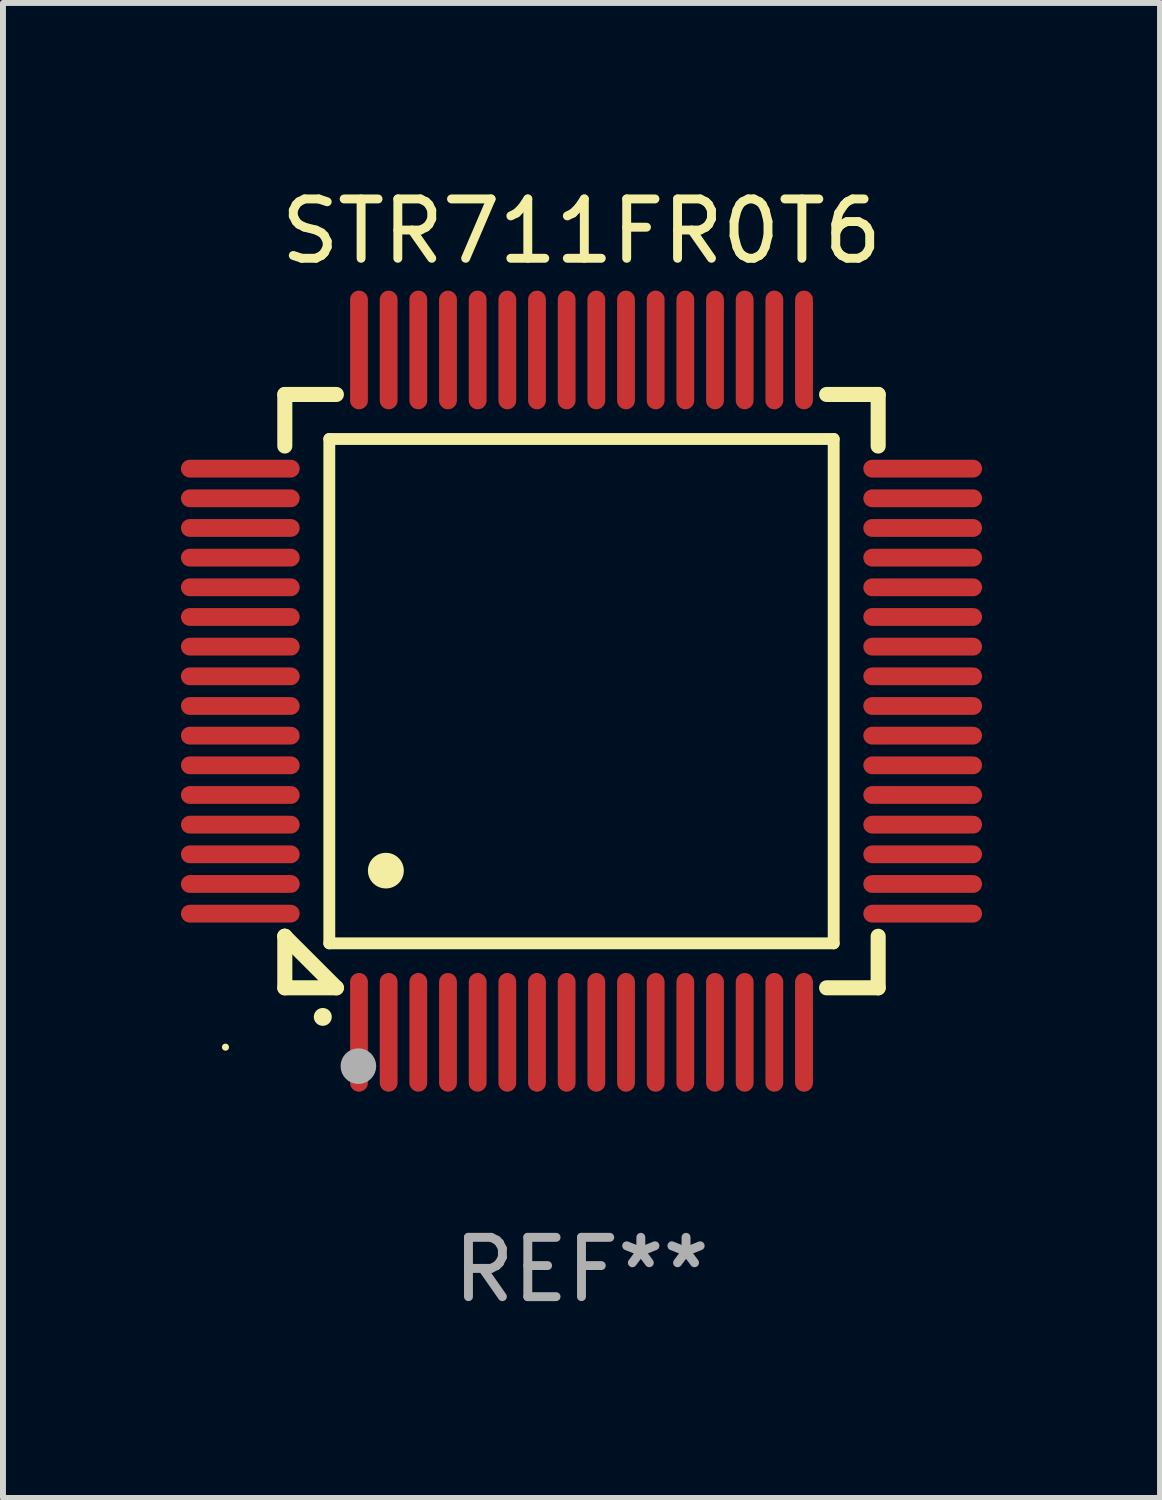
<source format=kicad_pcb>
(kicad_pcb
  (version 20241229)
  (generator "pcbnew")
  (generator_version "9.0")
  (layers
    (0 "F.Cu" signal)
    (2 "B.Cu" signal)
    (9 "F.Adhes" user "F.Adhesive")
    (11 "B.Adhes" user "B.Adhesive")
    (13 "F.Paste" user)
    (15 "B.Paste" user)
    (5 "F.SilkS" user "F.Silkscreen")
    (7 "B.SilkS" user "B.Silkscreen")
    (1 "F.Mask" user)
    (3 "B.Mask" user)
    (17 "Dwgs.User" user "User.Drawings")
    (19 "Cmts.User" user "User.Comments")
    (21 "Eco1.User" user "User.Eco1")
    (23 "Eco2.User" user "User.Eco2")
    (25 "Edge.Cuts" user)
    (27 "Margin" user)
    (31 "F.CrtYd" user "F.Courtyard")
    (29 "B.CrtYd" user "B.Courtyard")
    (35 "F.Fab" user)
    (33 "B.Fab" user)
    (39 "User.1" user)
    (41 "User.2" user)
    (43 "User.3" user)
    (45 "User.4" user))
  (footprint "STR711FR0T6"
    (layer "F.Cu")
    (at 6.75 8.598)
    (property "Reference" "STR711FR0T6" (at 0 -7.75 0) (layer "F.SilkS") (effects (font (size 1 1) (thickness 0.15))))
    (attr through_hole)
    (fp_line (start -5 -5) (end -4.131 -5) (stroke (width 0.254) (type solid)) (layer "F.SilkS"))
    (fp_line (start -5 -4.131) (end -5 -5) (stroke (width 0.254) (type solid)) (layer "F.SilkS"))
    (fp_line (start -5 4.131) (end -5 4.131) (stroke (width 0.254) (type solid)) (layer "F.SilkS"))
    (fp_line (start -5 5) (end -5 4.131) (stroke (width 0.254) (type solid)) (layer "F.SilkS"))
    (fp_line (start -5 4.131) (end -4.131 5) (stroke (width 0.254) (type solid)) (layer "F.SilkS"))
    (fp_line (start -4.25 -4.25) (end -4.25 4.25) (stroke (width 0.2) (type solid)) (layer "F.SilkS"))
    (fp_line (start -4.25 4.25) (end 4.25 4.25) (stroke (width 0.2) (type solid)) (layer "F.SilkS"))
    (fp_line (start -4.131 5) (end -5 5) (stroke (width 0.254) (type solid)) (layer "F.SilkS"))
    (fp_line (start 4.25 -4.25) (end -4.25 -4.25) (stroke (width 0.2) (type solid)) (layer "F.SilkS"))
    (fp_line (start 4.25 4.25) (end 4.25 -4.25) (stroke (width 0.2) (type solid)) (layer "F.SilkS"))
    (fp_line (start 5 -5) (end 4.131 -5) (stroke (width 0.254) (type solid)) (layer "F.SilkS"))
    (fp_line (start 5 -5) (end 5 -4.131) (stroke (width 0.254) (type solid)) (layer "F.SilkS"))
    (fp_line (start 5 4.131) (end 5 5) (stroke (width 0.254) (type solid)) (layer "F.SilkS"))
    (fp_line (start 5 5) (end 4.131 5) (stroke (width 0.254) (type solid)) (layer "F.SilkS"))
    (fp_arc (start -4.361265 5.489992) (mid -4.359995 5.489987) (end -4.358725 5.489992) (stroke (width 0.3) (type solid)) (layer "F.SilkS"))
    (fp_arc (start -3.299467 3.025146) (mid -3.296927 3.025135) (end -3.294387 3.025146) (stroke (width 0.6) (type solid)) (layer "F.SilkS"))
    (fp_circle (center -6 6) (end -5.97 6) (stroke (width 0.06) (type solid)) (fill no) (layer "F.SilkS"))
    (fp_circle (center -3.76 6.32) (end -3.61 6.32) (stroke (width 0.3) (type solid)) (fill no) (layer "F.Fab"))
    (fp_text user "REF**" (at 0 9.75 0) (layer "F.Fab") (effects (font (size 1 1) (thickness 0.15))))
    (pad "1" smd oval (at -3.75 5.75) (size 0.3 2) (layers "F.Cu" "F.Mask" "F.Paste"))
    (pad "2" smd oval (at -3.25 5.75) (size 0.3 2) (layers "F.Cu" "F.Mask" "F.Paste"))
    (pad "3" smd oval (at -2.75 5.75) (size 0.3 2) (layers "F.Cu" "F.Mask" "F.Paste"))
    (pad "4" smd oval (at -2.25 5.75) (size 0.3 2) (layers "F.Cu" "F.Mask" "F.Paste"))
    (pad "5" smd oval (at -1.75 5.75) (size 0.3 2) (layers "F.Cu" "F.Mask" "F.Paste"))
    (pad "6" smd oval (at -1.25 5.75) (size 0.3 2) (layers "F.Cu" "F.Mask" "F.Paste"))
    (pad "7" smd oval (at -0.75 5.75) (size 0.3 2) (layers "F.Cu" "F.Mask" "F.Paste"))
    (pad "8" smd oval (at -0.25 5.75) (size 0.3 2) (layers "F.Cu" "F.Mask" "F.Paste"))
    (pad "9" smd oval (at 0.25 5.75) (size 0.3 2) (layers "F.Cu" "F.Mask" "F.Paste"))
    (pad "10" smd oval (at 0.75 5.75) (size 0.3 2) (layers "F.Cu" "F.Mask" "F.Paste"))
    (pad "11" smd oval (at 1.25 5.75) (size 0.3 2) (layers "F.Cu" "F.Mask" "F.Paste"))
    (pad "12" smd oval (at 1.75 5.75) (size 0.3 2) (layers "F.Cu" "F.Mask" "F.Paste"))
    (pad "13" smd oval (at 2.25 5.75) (size 0.3 2) (layers "F.Cu" "F.Mask" "F.Paste"))
    (pad "14" smd oval (at 2.75 5.75) (size 0.3 2) (layers "F.Cu" "F.Mask" "F.Paste"))
    (pad "15" smd oval (at 3.25 5.75) (size 0.3 2) (layers "F.Cu" "F.Mask" "F.Paste"))
    (pad "16" smd oval (at 3.75 5.75) (size 0.3 2) (layers "F.Cu" "F.Mask" "F.Paste"))
    (pad "17" smd oval (at 5.75 3.75) (size 2 0.3) (layers "F.Cu" "F.Mask" "F.Paste"))
    (pad "18" smd oval (at 5.75 3.25) (size 2 0.3) (layers "F.Cu" "F.Mask" "F.Paste"))
    (pad "19" smd oval (at 5.75 2.75) (size 2 0.3) (layers "F.Cu" "F.Mask" "F.Paste"))
    (pad "20" smd oval (at 5.75 2.25) (size 2 0.3) (layers "F.Cu" "F.Mask" "F.Paste"))
    (pad "21" smd oval (at 5.75 1.75) (size 2 0.3) (layers "F.Cu" "F.Mask" "F.Paste"))
    (pad "22" smd oval (at 5.75 1.25) (size 2 0.3) (layers "F.Cu" "F.Mask" "F.Paste"))
    (pad "23" smd oval (at 5.75 0.75) (size 2 0.3) (layers "F.Cu" "F.Mask" "F.Paste"))
    (pad "24" smd oval (at 5.75 0.25) (size 2 0.3) (layers "F.Cu" "F.Mask" "F.Paste"))
    (pad "25" smd oval (at 5.75 -0.25) (size 2 0.3) (layers "F.Cu" "F.Mask" "F.Paste"))
    (pad "26" smd oval (at 5.75 -0.75) (size 2 0.3) (layers "F.Cu" "F.Mask" "F.Paste"))
    (pad "27" smd oval (at 5.75 -1.25) (size 2 0.3) (layers "F.Cu" "F.Mask" "F.Paste"))
    (pad "28" smd oval (at 5.75 -1.75) (size 2 0.3) (layers "F.Cu" "F.Mask" "F.Paste"))
    (pad "29" smd oval (at 5.75 -2.25) (size 2 0.3) (layers "F.Cu" "F.Mask" "F.Paste"))
    (pad "30" smd oval (at 5.75 -2.75) (size 2 0.3) (layers "F.Cu" "F.Mask" "F.Paste"))
    (pad "31" smd oval (at 5.75 -3.25) (size 2 0.3) (layers "F.Cu" "F.Mask" "F.Paste"))
    (pad "32" smd oval (at 5.75 -3.75) (size 2 0.3) (layers "F.Cu" "F.Mask" "F.Paste"))
    (pad "33" smd oval (at 3.75 -5.75) (size 0.3 2) (layers "F.Cu" "F.Mask" "F.Paste"))
    (pad "34" smd oval (at 3.25 -5.75) (size 0.3 2) (layers "F.Cu" "F.Mask" "F.Paste"))
    (pad "35" smd oval (at 2.75 -5.75) (size 0.3 2) (layers "F.Cu" "F.Mask" "F.Paste"))
    (pad "36" smd oval (at 2.25 -5.75) (size 0.3 2) (layers "F.Cu" "F.Mask" "F.Paste"))
    (pad "37" smd oval (at 1.75 -5.75) (size 0.3 2) (layers "F.Cu" "F.Mask" "F.Paste"))
    (pad "38" smd oval (at 1.25 -5.75) (size 0.3 2) (layers "F.Cu" "F.Mask" "F.Paste"))
    (pad "39" smd oval (at 0.75 -5.75) (size 0.3 2) (layers "F.Cu" "F.Mask" "F.Paste"))
    (pad "40" smd oval (at 0.25 -5.75) (size 0.3 2) (layers "F.Cu" "F.Mask" "F.Paste"))
    (pad "41" smd oval (at -0.25 -5.75) (size 0.3 2) (layers "F.Cu" "F.Mask" "F.Paste"))
    (pad "42" smd oval (at -0.75 -5.75) (size 0.3 2) (layers "F.Cu" "F.Mask" "F.Paste"))
    (pad "43" smd oval (at -1.25 -5.75) (size 0.3 2) (layers "F.Cu" "F.Mask" "F.Paste"))
    (pad "44" smd oval (at -1.75 -5.75) (size 0.3 2) (layers "F.Cu" "F.Mask" "F.Paste"))
    (pad "45" smd oval (at -2.25 -5.75) (size 0.3 2) (layers "F.Cu" "F.Mask" "F.Paste"))
    (pad "46" smd oval (at -2.75 -5.75) (size 0.3 2) (layers "F.Cu" "F.Mask" "F.Paste"))
    (pad "47" smd oval (at -3.25 -5.75) (size 0.3 2) (layers "F.Cu" "F.Mask" "F.Paste"))
    (pad "48" smd oval (at -3.75 -5.75) (size 0.3 2) (layers "F.Cu" "F.Mask" "F.Paste"))
    (pad "49" smd oval (at -5.75 -3.75) (size 2 0.3) (layers "F.Cu" "F.Mask" "F.Paste"))
    (pad "50" smd oval (at -5.75 -3.25) (size 2 0.3) (layers "F.Cu" "F.Mask" "F.Paste"))
    (pad "51" smd oval (at -5.75 -2.75) (size 2 0.3) (layers "F.Cu" "F.Mask" "F.Paste"))
    (pad "52" smd oval (at -5.75 -2.25) (size 2 0.3) (layers "F.Cu" "F.Mask" "F.Paste"))
    (pad "53" smd oval (at -5.75 -1.75) (size 2 0.3) (layers "F.Cu" "F.Mask" "F.Paste"))
    (pad "54" smd oval (at -5.75 -1.25) (size 2 0.3) (layers "F.Cu" "F.Mask" "F.Paste"))
    (pad "55" smd oval (at -5.75 -0.75) (size 2 0.3) (layers "F.Cu" "F.Mask" "F.Paste"))
    (pad "56" smd oval (at -5.75 -0.25) (size 2 0.3) (layers "F.Cu" "F.Mask" "F.Paste"))
    (pad "57" smd oval (at -5.75 0.25) (size 2 0.3) (layers "F.Cu" "F.Mask" "F.Paste"))
    (pad "58" smd oval (at -5.75 0.75) (size 2 0.3) (layers "F.Cu" "F.Mask" "F.Paste"))
    (pad "59" smd oval (at -5.75 1.25) (size 2 0.3) (layers "F.Cu" "F.Mask" "F.Paste"))
    (pad "60" smd oval (at -5.75 1.75) (size 2 0.3) (layers "F.Cu" "F.Mask" "F.Paste"))
    (pad "61" smd oval (at -5.75 2.25) (size 2 0.3) (layers "F.Cu" "F.Mask" "F.Paste"))
    (pad "62" smd oval (at -5.75 2.75) (size 2 0.3) (layers "F.Cu" "F.Mask" "F.Paste"))
    (pad "63" smd oval (at -5.75 3.25) (size 2 0.3) (layers "F.Cu" "F.Mask" "F.Paste"))
    (pad "64" smd oval (at -5.75 3.75) (size 2 0.3) (layers "F.Cu" "F.Mask" "F.Paste")))
  (gr_rect
    (start -3 -3)
    (end 16.5 22.196)
    (stroke (width 0.1) (type default))
    (fill no)
    (layer "Edge.Cuts")))
</source>
